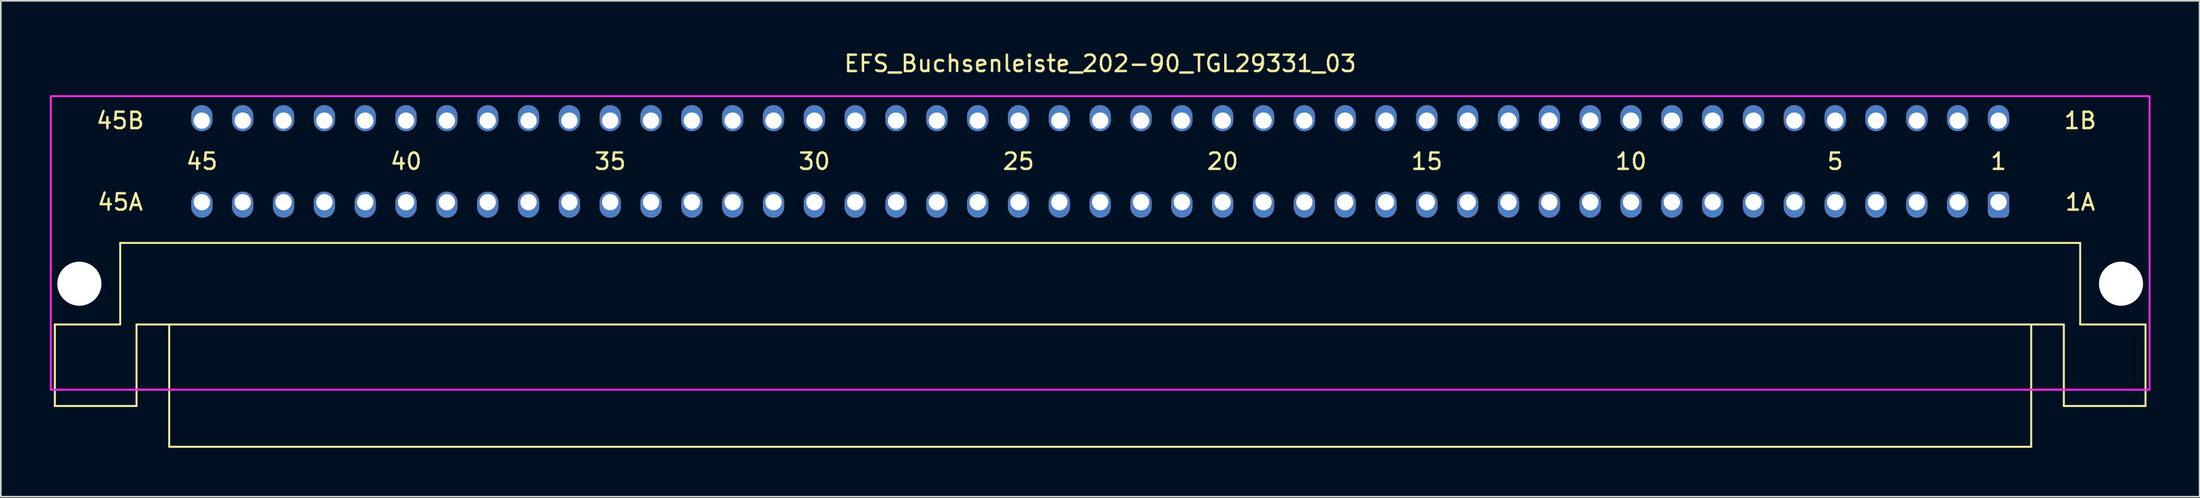
<source format=kicad_pcb>
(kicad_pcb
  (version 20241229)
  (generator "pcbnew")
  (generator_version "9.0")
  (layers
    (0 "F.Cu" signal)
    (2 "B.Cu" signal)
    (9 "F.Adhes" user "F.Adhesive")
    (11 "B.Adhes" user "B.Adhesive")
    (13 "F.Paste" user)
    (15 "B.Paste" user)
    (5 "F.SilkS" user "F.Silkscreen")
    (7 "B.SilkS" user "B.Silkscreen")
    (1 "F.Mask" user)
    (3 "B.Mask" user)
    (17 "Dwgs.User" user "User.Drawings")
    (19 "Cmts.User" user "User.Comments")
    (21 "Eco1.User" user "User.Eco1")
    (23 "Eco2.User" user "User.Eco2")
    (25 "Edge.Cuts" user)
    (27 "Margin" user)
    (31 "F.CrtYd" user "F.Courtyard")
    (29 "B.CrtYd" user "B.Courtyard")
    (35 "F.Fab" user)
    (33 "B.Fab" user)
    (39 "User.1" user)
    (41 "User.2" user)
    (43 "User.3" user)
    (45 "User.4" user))
  (footprint "EFS_Buchsenleiste_202-90_TGL29331_03"
    (layer "F.Cu")
    (at 64.31 20.848)
    (property "Reference" "EFS_Buchsenleiste_202-90_TGL29331_03" (at 0 -20 0) (layer "F.SilkS") (effects (font (size 1 1) (thickness 0.15))))
    (attr through_hole)
    (fp_line (start -64 -4) (end -64 1) (stroke (width 0.12) (type solid)) (layer "F.SilkS"))
    (fp_line (start -64 -4) (end -60 -4) (stroke (width 0.12) (type solid)) (layer "F.SilkS"))
    (fp_line (start -64 1) (end -59 1) (stroke (width 0.12) (type solid)) (layer "F.SilkS"))
    (fp_line (start -60 -9) (end -60 -4) (stroke (width 0.12) (type solid)) (layer "F.SilkS"))
    (fp_line (start -59 -4) (end -59 1) (stroke (width 0.12) (type solid)) (layer "F.SilkS"))
    (fp_line (start -59 -4) (end 59 -4) (stroke (width 0.12) (type solid)) (layer "F.SilkS"))
    (fp_line (start -57 0) (end -59 0) (stroke (width 0.12) (type solid)) (layer "F.SilkS"))
    (fp_line (start -57 3.5) (end -57 -4) (stroke (width 0.12) (type solid)) (layer "F.SilkS"))
    (fp_line (start -57 3.5) (end 57 3.5) (stroke (width 0.12) (type solid)) (layer "F.SilkS"))
    (fp_line (start 57 3.5) (end 57 -4) (stroke (width 0.12) (type solid)) (layer "F.SilkS"))
    (fp_line (start 59 -4) (end 59 1) (stroke (width 0.12) (type solid)) (layer "F.SilkS"))
    (fp_line (start 59 0) (end 57 0) (stroke (width 0.12) (type solid)) (layer "F.SilkS"))
    (fp_line (start 59 1) (end 64 1) (stroke (width 0.12) (type solid)) (layer "F.SilkS"))
    (fp_line (start 60 -9) (end -60 -9) (stroke (width 0.12) (type solid)) (layer "F.SilkS"))
    (fp_line (start 60 -9) (end 60 -4) (stroke (width 0.12) (type solid)) (layer "F.SilkS"))
    (fp_line (start 60 -4) (end 64 -4) (stroke (width 0.12) (type solid)) (layer "F.SilkS"))
    (fp_line (start 64 -4) (end 64 1) (stroke (width 0.12) (type solid)) (layer "F.SilkS"))
    (fp_rect (start -64.25 -18) (end 64.25 0) (stroke (width 0.12) (type solid)) (fill no) (layer "F.CrtYd"))
    (fp_text user "35" (at -30 -14 180) (layer "F.SilkS") (effects (font (size 1 1) (thickness 0.15))))
    (fp_text user "1A" (at 60 -11.5 180) (layer "F.SilkS") (effects (font (size 1 1) (thickness 0.15))))
    (fp_text user "45" (at -55 -14 180) (layer "F.SilkS") (effects (font (size 1 1) (thickness 0.15))))
    (fp_text user "45B" (at -60 -16.5 180) (layer "F.SilkS") (effects (font (size 1 1) (thickness 0.15))))
    (fp_text user "45A" (at -60 -11.5 180) (layer "F.SilkS") (effects (font (size 1 1) (thickness 0.15))))
    (fp_text user "1B" (at 60 -16.5 180) (layer "F.SilkS") (effects (font (size 1 1) (thickness 0.15))))
    (fp_text user "30" (at -17.5 -14 180) (layer "F.SilkS") (effects (font (size 1 1) (thickness 0.15))))
    (fp_text user "20" (at 7.5 -14 180) (layer "F.SilkS") (effects (font (size 1 1) (thickness 0.15))))
    (fp_text user "10" (at 32.5 -14 180) (layer "F.SilkS") (effects (font (size 1 1) (thickness 0.15))))
    (fp_text user "5" (at 45 -14 180) (layer "F.SilkS") (effects (font (size 1 1) (thickness 0.15))))
    (fp_text user "15" (at 20 -14 180) (layer "F.SilkS") (effects (font (size 1 1) (thickness 0.15))))
    (fp_text user "25" (at -5 -14 180) (layer "F.SilkS") (effects (font (size 1 1) (thickness 0.15))))
    (fp_text user "1" (at 55 -14 180) (layer "F.SilkS") (effects (font (size 1 1) (thickness 0.15))))
    (fp_text user "40" (at -42.5 -14 180) (layer "F.SilkS") (effects (font (size 1 1) (thickness 0.15))))
    (pad "" np_thru_hole circle (at -62.5 -6.5 180) (size 2.7 2.7) (drill 2.7) (layers "*.Cu" "*.Mask"))
    (pad "" np_thru_hole circle (at 62.5 -6.5 180) (size 2.7 2.7) (drill 2.7) (layers "*.Cu" "*.Mask"))
    (pad "1a" thru_hole roundrect (at 55 -11.5 180) (size 1.3 1.6) (drill 1 (offset 0 -0.15)) (layers "*.Cu" "*.Mask") (roundrect_rratio 0.25))
    (pad "1b" thru_hole oval (at 55 -16.5 180) (size 1.3 1.6) (drill 1 (offset 0 0.15)) (layers "*.Cu" "*.Mask"))
    (pad "2a" thru_hole oval (at 52.5 -11.5 180) (size 1.3 1.6) (drill 1 (offset 0 -0.15)) (layers "*.Cu" "*.Mask"))
    (pad "2b" thru_hole oval (at 52.5 -16.5 180) (size 1.3 1.6) (drill 1 (offset 0 0.15)) (layers "*.Cu" "*.Mask"))
    (pad "3a" thru_hole oval (at 50 -11.5 180) (size 1.3 1.6) (drill 1 (offset 0 -0.15)) (layers "*.Cu" "*.Mask"))
    (pad "3b" thru_hole oval (at 50 -16.5 180) (size 1.3 1.6) (drill 1 (offset 0 0.15)) (layers "*.Cu" "*.Mask"))
    (pad "4a" thru_hole oval (at 47.5 -11.5 180) (size 1.3 1.6) (drill 1 (offset 0 -0.15)) (layers "*.Cu" "*.Mask"))
    (pad "4b" thru_hole oval (at 47.5 -16.5 180) (size 1.3 1.6) (drill 1 (offset 0 0.15)) (layers "*.Cu" "*.Mask"))
    (pad "5a" thru_hole oval (at 45 -11.5 180) (size 1.3 1.6) (drill 1 (offset 0 -0.15)) (layers "*.Cu" "*.Mask"))
    (pad "5b" thru_hole oval (at 45 -16.5 180) (size 1.3 1.6) (drill 1 (offset 0 0.15)) (layers "*.Cu" "*.Mask"))
    (pad "6a" thru_hole oval (at 42.5 -11.5 180) (size 1.3 1.6) (drill 1 (offset 0 -0.15)) (layers "*.Cu" "*.Mask"))
    (pad "6b" thru_hole oval (at 42.5 -16.5 180) (size 1.3 1.6) (drill 1 (offset 0 0.15)) (layers "*.Cu" "*.Mask"))
    (pad "7a" thru_hole oval (at 40 -11.5 180) (size 1.3 1.6) (drill 1 (offset 0 -0.15)) (layers "*.Cu" "*.Mask"))
    (pad "7b" thru_hole oval (at 40 -16.5 180) (size 1.3 1.6) (drill 1 (offset 0 0.15)) (layers "*.Cu" "*.Mask"))
    (pad "8a" thru_hole oval (at 37.5 -11.5 180) (size 1.3 1.6) (drill 1 (offset 0 -0.15)) (layers "*.Cu" "*.Mask"))
    (pad "8b" thru_hole oval (at 37.5 -16.5 180) (size 1.3 1.6) (drill 1 (offset 0 0.15)) (layers "*.Cu" "*.Mask"))
    (pad "9a" thru_hole oval (at 35 -11.5 180) (size 1.3 1.6) (drill 1 (offset 0 -0.15)) (layers "*.Cu" "*.Mask"))
    (pad "9b" thru_hole oval (at 35 -16.5 180) (size 1.3 1.6) (drill 1 (offset 0 0.15)) (layers "*.Cu" "*.Mask"))
    (pad "10a" thru_hole oval (at 32.5 -11.5 180) (size 1.3 1.6) (drill 1 (offset 0 -0.15)) (layers "*.Cu" "*.Mask"))
    (pad "10b" thru_hole oval (at 32.5 -16.5 180) (size 1.3 1.6) (drill 1 (offset 0 0.15)) (layers "*.Cu" "*.Mask"))
    (pad "11a" thru_hole oval (at 30 -11.5 180) (size 1.3 1.6) (drill 1 (offset 0 -0.15)) (layers "*.Cu" "*.Mask"))
    (pad "11b" thru_hole oval (at 30 -16.5 180) (size 1.3 1.6) (drill 1 (offset 0 0.15)) (layers "*.Cu" "*.Mask"))
    (pad "12a" thru_hole oval (at 27.5 -11.5 180) (size 1.3 1.6) (drill 1 (offset 0 -0.15)) (layers "*.Cu" "*.Mask"))
    (pad "12b" thru_hole oval (at 27.5 -16.5 180) (size 1.3 1.6) (drill 1 (offset 0 0.15)) (layers "*.Cu" "*.Mask"))
    (pad "13a" thru_hole oval (at 25 -11.5 180) (size 1.3 1.6) (drill 1 (offset 0 -0.15)) (layers "*.Cu" "*.Mask"))
    (pad "13b" thru_hole oval (at 25 -16.5 180) (size 1.3 1.6) (drill 1 (offset 0 0.15)) (layers "*.Cu" "*.Mask"))
    (pad "14a" thru_hole oval (at 22.5 -11.5 180) (size 1.3 1.6) (drill 1 (offset 0 -0.15)) (layers "*.Cu" "*.Mask"))
    (pad "14b" thru_hole oval (at 22.5 -16.5 180) (size 1.3 1.6) (drill 1 (offset 0 0.15)) (layers "*.Cu" "*.Mask"))
    (pad "15a" thru_hole oval (at 20 -11.5 180) (size 1.3 1.6) (drill 1 (offset 0 -0.15)) (layers "*.Cu" "*.Mask"))
    (pad "15b" thru_hole oval (at 20 -16.5 180) (size 1.3 1.6) (drill 1 (offset 0 0.15)) (layers "*.Cu" "*.Mask"))
    (pad "16a" thru_hole oval (at 17.5 -11.5 180) (size 1.3 1.6) (drill 1 (offset 0 -0.15)) (layers "*.Cu" "*.Mask"))
    (pad "16b" thru_hole oval (at 17.5 -16.5 180) (size 1.3 1.6) (drill 1 (offset 0 0.15)) (layers "*.Cu" "*.Mask"))
    (pad "17a" thru_hole oval (at 15 -11.5 180) (size 1.3 1.6) (drill 1 (offset 0 -0.15)) (layers "*.Cu" "*.Mask"))
    (pad "17b" thru_hole oval (at 15 -16.5 180) (size 1.3 1.6) (drill 1 (offset 0 0.15)) (layers "*.Cu" "*.Mask"))
    (pad "18a" thru_hole oval (at 12.5 -11.5 180) (size 1.3 1.6) (drill 1 (offset 0 -0.15)) (layers "*.Cu" "*.Mask"))
    (pad "18b" thru_hole oval (at 12.5 -16.5 180) (size 1.3 1.6) (drill 1 (offset 0 0.15)) (layers "*.Cu" "*.Mask"))
    (pad "19a" thru_hole oval (at 10 -11.5 180) (size 1.3 1.6) (drill 1 (offset 0 -0.15)) (layers "*.Cu" "*.Mask"))
    (pad "19b" thru_hole oval (at 10 -16.5 180) (size 1.3 1.6) (drill 1 (offset 0 0.15)) (layers "*.Cu" "*.Mask"))
    (pad "20a" thru_hole oval (at 7.5 -11.5 180) (size 1.3 1.6) (drill 1 (offset 0 -0.15)) (layers "*.Cu" "*.Mask"))
    (pad "20b" thru_hole oval (at 7.5 -16.5 180) (size 1.3 1.6) (drill 1 (offset 0 0.15)) (layers "*.Cu" "*.Mask"))
    (pad "21a" thru_hole oval (at 5 -11.5 180) (size 1.3 1.6) (drill 1 (offset 0 -0.15)) (layers "*.Cu" "*.Mask"))
    (pad "21b" thru_hole oval (at 5 -16.5 180) (size 1.3 1.6) (drill 1 (offset 0 0.15)) (layers "*.Cu" "*.Mask"))
    (pad "22a" thru_hole oval (at 2.5 -11.5 180) (size 1.3 1.6) (drill 1 (offset 0 -0.15)) (layers "*.Cu" "*.Mask"))
    (pad "22b" thru_hole oval (at 2.5 -16.5 180) (size 1.3 1.6) (drill 1 (offset 0 0.15)) (layers "*.Cu" "*.Mask"))
    (pad "23a" thru_hole oval (at 0 -11.5 180) (size 1.3 1.6) (drill 1 (offset 0 -0.15)) (layers "*.Cu" "*.Mask"))
    (pad "23b" thru_hole oval (at 0 -16.5 180) (size 1.3 1.6) (drill 1 (offset 0 0.15)) (layers "*.Cu" "*.Mask"))
    (pad "24a" thru_hole oval (at -2.5 -11.5 180) (size 1.3 1.6) (drill 1 (offset 0 -0.15)) (layers "*.Cu" "*.Mask"))
    (pad "24b" thru_hole oval (at -2.5 -16.5 180) (size 1.3 1.6) (drill 1 (offset 0 0.15)) (layers "*.Cu" "*.Mask"))
    (pad "25a" thru_hole oval (at -5 -11.5 180) (size 1.3 1.6) (drill 1 (offset 0 -0.15)) (layers "*.Cu" "*.Mask"))
    (pad "25b" thru_hole oval (at -5 -16.5 180) (size 1.3 1.6) (drill 1 (offset 0 0.15)) (layers "*.Cu" "*.Mask"))
    (pad "26a" thru_hole oval (at -7.5 -11.5 180) (size 1.3 1.6) (drill 1 (offset 0 -0.15)) (layers "*.Cu" "*.Mask"))
    (pad "26b" thru_hole oval (at -7.5 -16.5 180) (size 1.3 1.6) (drill 1 (offset 0 0.15)) (layers "*.Cu" "*.Mask"))
    (pad "27a" thru_hole oval (at -10 -11.5 180) (size 1.3 1.6) (drill 1 (offset 0 -0.15)) (layers "*.Cu" "*.Mask"))
    (pad "27b" thru_hole oval (at -10 -16.5 180) (size 1.3 1.6) (drill 1 (offset 0 0.15)) (layers "*.Cu" "*.Mask"))
    (pad "28a" thru_hole oval (at -12.5 -11.5 180) (size 1.3 1.6) (drill 1 (offset 0 -0.15)) (layers "*.Cu" "*.Mask"))
    (pad "28b" thru_hole oval (at -12.5 -16.5 180) (size 1.3 1.6) (drill 1 (offset 0 0.15)) (layers "*.Cu" "*.Mask"))
    (pad "29a" thru_hole oval (at -15 -11.5 180) (size 1.3 1.6) (drill 1 (offset 0 -0.15)) (layers "*.Cu" "*.Mask"))
    (pad "29b" thru_hole oval (at -15 -16.5 180) (size 1.3 1.6) (drill 1 (offset 0 0.15)) (layers "*.Cu" "*.Mask"))
    (pad "30a" thru_hole oval (at -17.5 -11.5 180) (size 1.3 1.6) (drill 1 (offset 0 -0.15)) (layers "*.Cu" "*.Mask"))
    (pad "30b" thru_hole oval (at -17.5 -16.5 180) (size 1.3 1.6) (drill 1 (offset 0 0.15)) (layers "*.Cu" "*.Mask"))
    (pad "31a" thru_hole oval (at -20 -11.5 180) (size 1.3 1.6) (drill 1 (offset 0 -0.15)) (layers "*.Cu" "*.Mask"))
    (pad "31b" thru_hole oval (at -20 -16.5 180) (size 1.3 1.6) (drill 1 (offset 0 0.15)) (layers "*.Cu" "*.Mask"))
    (pad "32a" thru_hole oval (at -22.5 -11.5 180) (size 1.3 1.6) (drill 1 (offset 0 -0.15)) (layers "*.Cu" "*.Mask"))
    (pad "32b" thru_hole oval (at -22.5 -16.5 180) (size 1.3 1.6) (drill 1 (offset 0 0.15)) (layers "*.Cu" "*.Mask"))
    (pad "33a" thru_hole oval (at -25 -11.5 180) (size 1.3 1.6) (drill 1 (offset 0 -0.15)) (layers "*.Cu" "*.Mask"))
    (pad "33b" thru_hole oval (at -25 -16.5 180) (size 1.3 1.6) (drill 1 (offset 0 0.15)) (layers "*.Cu" "*.Mask"))
    (pad "34a" thru_hole oval (at -27.5 -11.5 180) (size 1.3 1.6) (drill 1 (offset 0 -0.15)) (layers "*.Cu" "*.Mask"))
    (pad "34b" thru_hole oval (at -27.5 -16.5 180) (size 1.3 1.6) (drill 1 (offset 0 0.15)) (layers "*.Cu" "*.Mask"))
    (pad "35a" thru_hole oval (at -30 -11.5 180) (size 1.3 1.6) (drill 1 (offset 0 -0.15)) (layers "*.Cu" "*.Mask"))
    (pad "35b" thru_hole oval (at -30 -16.5 180) (size 1.3 1.6) (drill 1 (offset 0 0.15)) (layers "*.Cu" "*.Mask"))
    (pad "36a" thru_hole oval (at -32.5 -11.5 180) (size 1.3 1.6) (drill 1 (offset 0 -0.15)) (layers "*.Cu" "*.Mask"))
    (pad "36b" thru_hole oval (at -32.5 -16.5 180) (size 1.3 1.6) (drill 1 (offset 0 0.15)) (layers "*.Cu" "*.Mask"))
    (pad "37a" thru_hole oval (at -35 -11.5 180) (size 1.3 1.6) (drill 1 (offset 0 -0.15)) (layers "*.Cu" "*.Mask"))
    (pad "37b" thru_hole oval (at -35 -16.5 180) (size 1.3 1.6) (drill 1 (offset 0 0.15)) (layers "*.Cu" "*.Mask"))
    (pad "38a" thru_hole oval (at -37.5 -11.5 180) (size 1.3 1.6) (drill 1 (offset 0 -0.15)) (layers "*.Cu" "*.Mask"))
    (pad "38b" thru_hole oval (at -37.5 -16.5 180) (size 1.3 1.6) (drill 1 (offset 0 0.15)) (layers "*.Cu" "*.Mask"))
    (pad "39a" thru_hole oval (at -40 -11.5 180) (size 1.3 1.6) (drill 1 (offset 0 -0.15)) (layers "*.Cu" "*.Mask"))
    (pad "39b" thru_hole oval (at -40 -16.5 180) (size 1.3 1.6) (drill 1 (offset 0 0.15)) (layers "*.Cu" "*.Mask"))
    (pad "40a" thru_hole oval (at -42.5 -11.5 180) (size 1.3 1.6) (drill 1 (offset 0 -0.15)) (layers "*.Cu" "*.Mask"))
    (pad "40b" thru_hole oval (at -42.5 -16.5 180) (size 1.3 1.6) (drill 1 (offset 0 0.15)) (layers "*.Cu" "*.Mask"))
    (pad "41a" thru_hole oval (at -45 -11.5 180) (size 1.3 1.6) (drill 1 (offset 0 -0.15)) (layers "*.Cu" "*.Mask"))
    (pad "41b" thru_hole oval (at -45 -16.5 180) (size 1.3 1.6) (drill 1 (offset 0 0.15)) (layers "*.Cu" "*.Mask"))
    (pad "42a" thru_hole oval (at -47.5 -11.5 180) (size 1.3 1.6) (drill 1 (offset 0 -0.15)) (layers "*.Cu" "*.Mask"))
    (pad "42b" thru_hole oval (at -47.5 -16.5 180) (size 1.3 1.6) (drill 1 (offset 0 0.15)) (layers "*.Cu" "*.Mask"))
    (pad "43a" thru_hole oval (at -50 -11.5 180) (size 1.3 1.6) (drill 1 (offset 0 -0.15)) (layers "*.Cu" "*.Mask"))
    (pad "43b" thru_hole oval (at -50 -16.5 180) (size 1.3 1.6) (drill 1 (offset 0 0.15)) (layers "*.Cu" "*.Mask"))
    (pad "44a" thru_hole oval (at -52.5 -11.5 180) (size 1.3 1.6) (drill 1 (offset 0 -0.15)) (layers "*.Cu" "*.Mask"))
    (pad "44b" thru_hole oval (at -52.5 -16.5 180) (size 1.3 1.6) (drill 1 (offset 0 0.15)) (layers "*.Cu" "*.Mask"))
    (pad "45a" thru_hole oval (at -55 -11.5 180) (size 1.3 1.6) (drill 1 (offset 0 -0.15)) (layers "*.Cu" "*.Mask"))
    (pad "45b" thru_hole oval (at -55 -16.5 180) (size 1.3 1.6) (drill 1 (offset 0 0.15)) (layers "*.Cu" "*.Mask")))
  (gr_rect
    (start -3 -3)
    (end 131.62 27.408)
    (stroke (width 0.1) (type default))
    (fill no)
    (layer "Edge.Cuts")))
</source>
